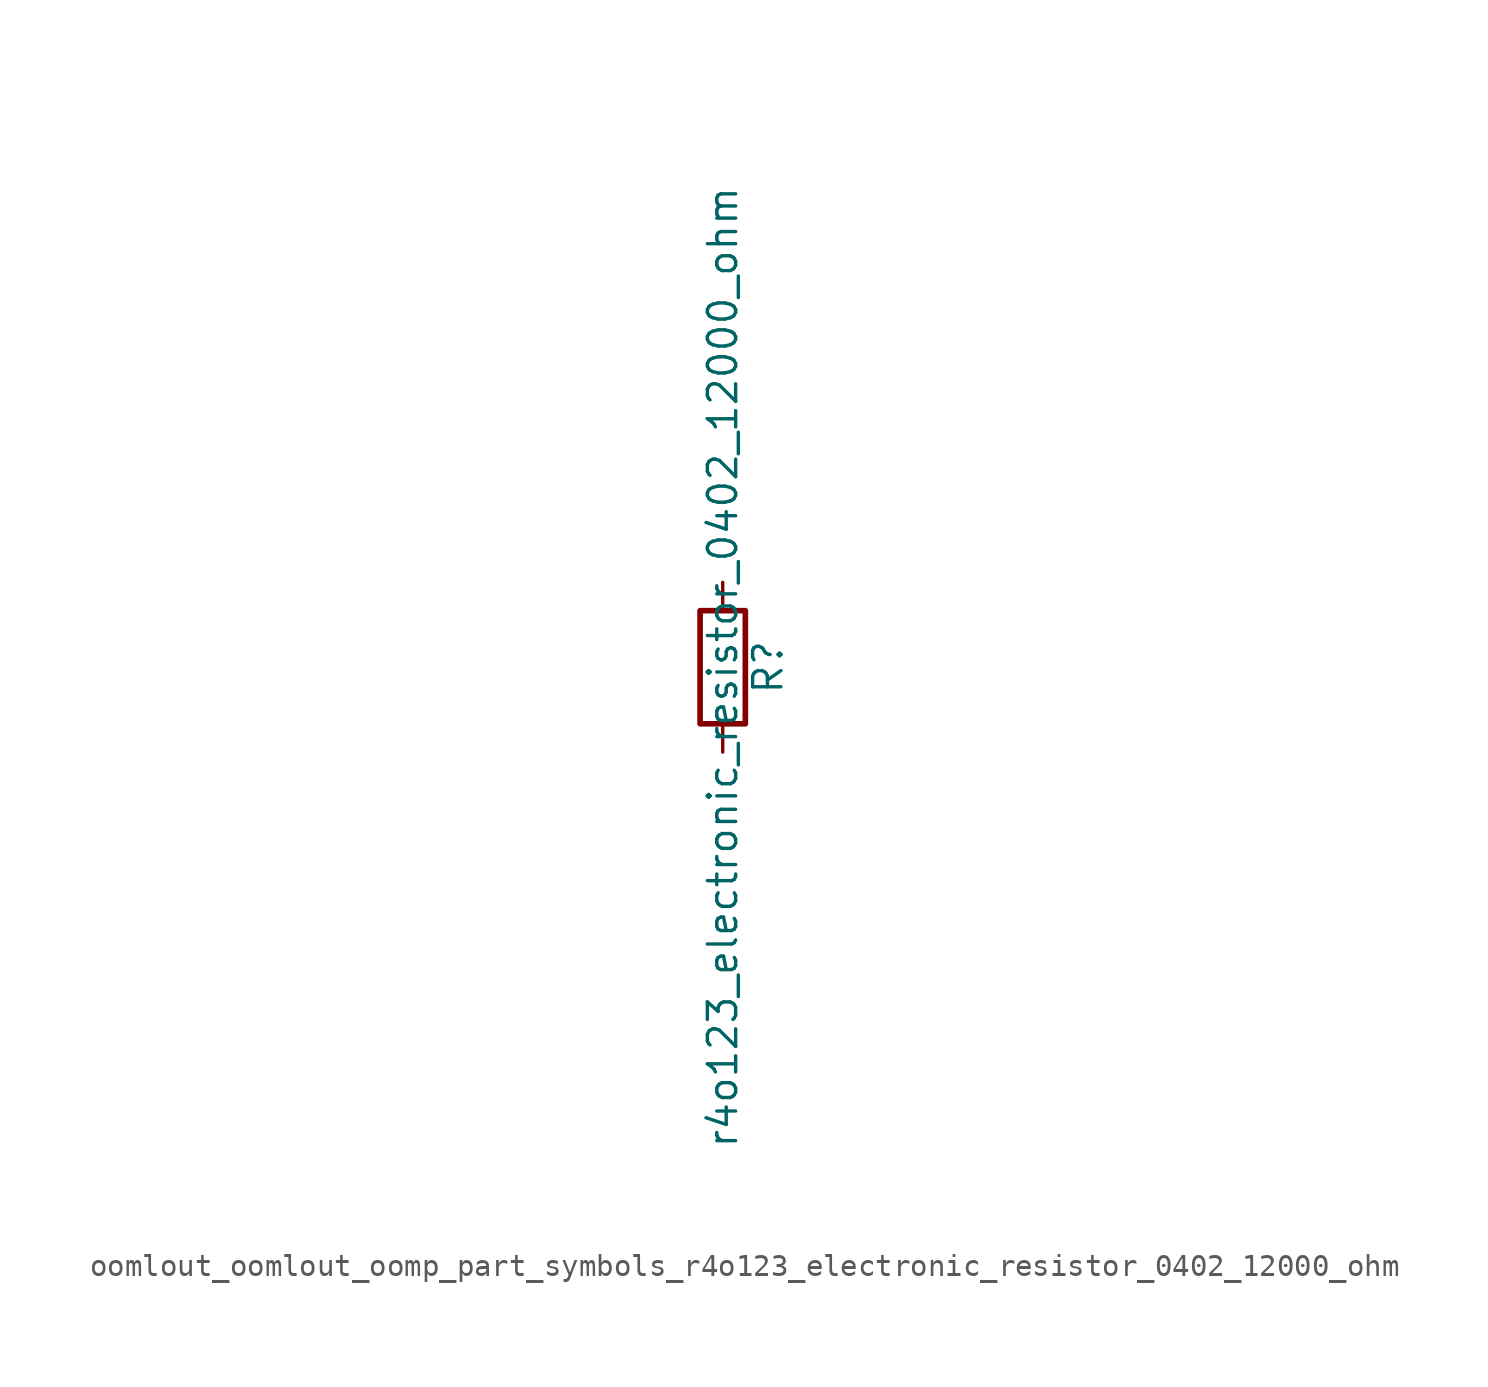
<source format=kicad_sym>
(kicad_symbol_lib
  (version 20220914)
  (generator kicad_symbol_editor)
  (symbol "oomlout_oomlout_oomp_part_symbols_r4o123_electronic_resistor_0402_12000_ohm"
    (pin_numbers hide)
    (pin_names
      (offset 0))
    (property "Reference" "R"
      (at 2.032 0 90)
      (effects (font (size 1.27 1.27))))
    (property "Value" "r4o123_electronic_resistor_0402_12000_ohm"
      (at 0 0 90)
      (effects (font (size 1.27 1.27))))
    (symbol "oomlout_oomlout_oomp_part_symbols_r4o123_electronic_resistor_0402_12000_ohm_0_1"
      (rectangle (start -1.016 -2.54) (end 1.016 2.54) (stroke (width 0.254) (type default)) (fill (type none))))
    (symbol "oomlout_oomlout_oomp_part_symbols_r4o123_electronic_resistor_0402_12000_ohm_1_1"
      (pin passive line (at 0 3.81 270) (length 1.27) (name "~" (effects (font (size 1.27 1.27)))) (number "1" (effects (font (size 1.27 1.27)))))
      (pin passive line (at 0 -3.81 90) (length 1.27) (name "~" (effects (font (size 1.27 1.27)))) (number "2" (effects (font (size 1.27 1.27))))))))
</source>
